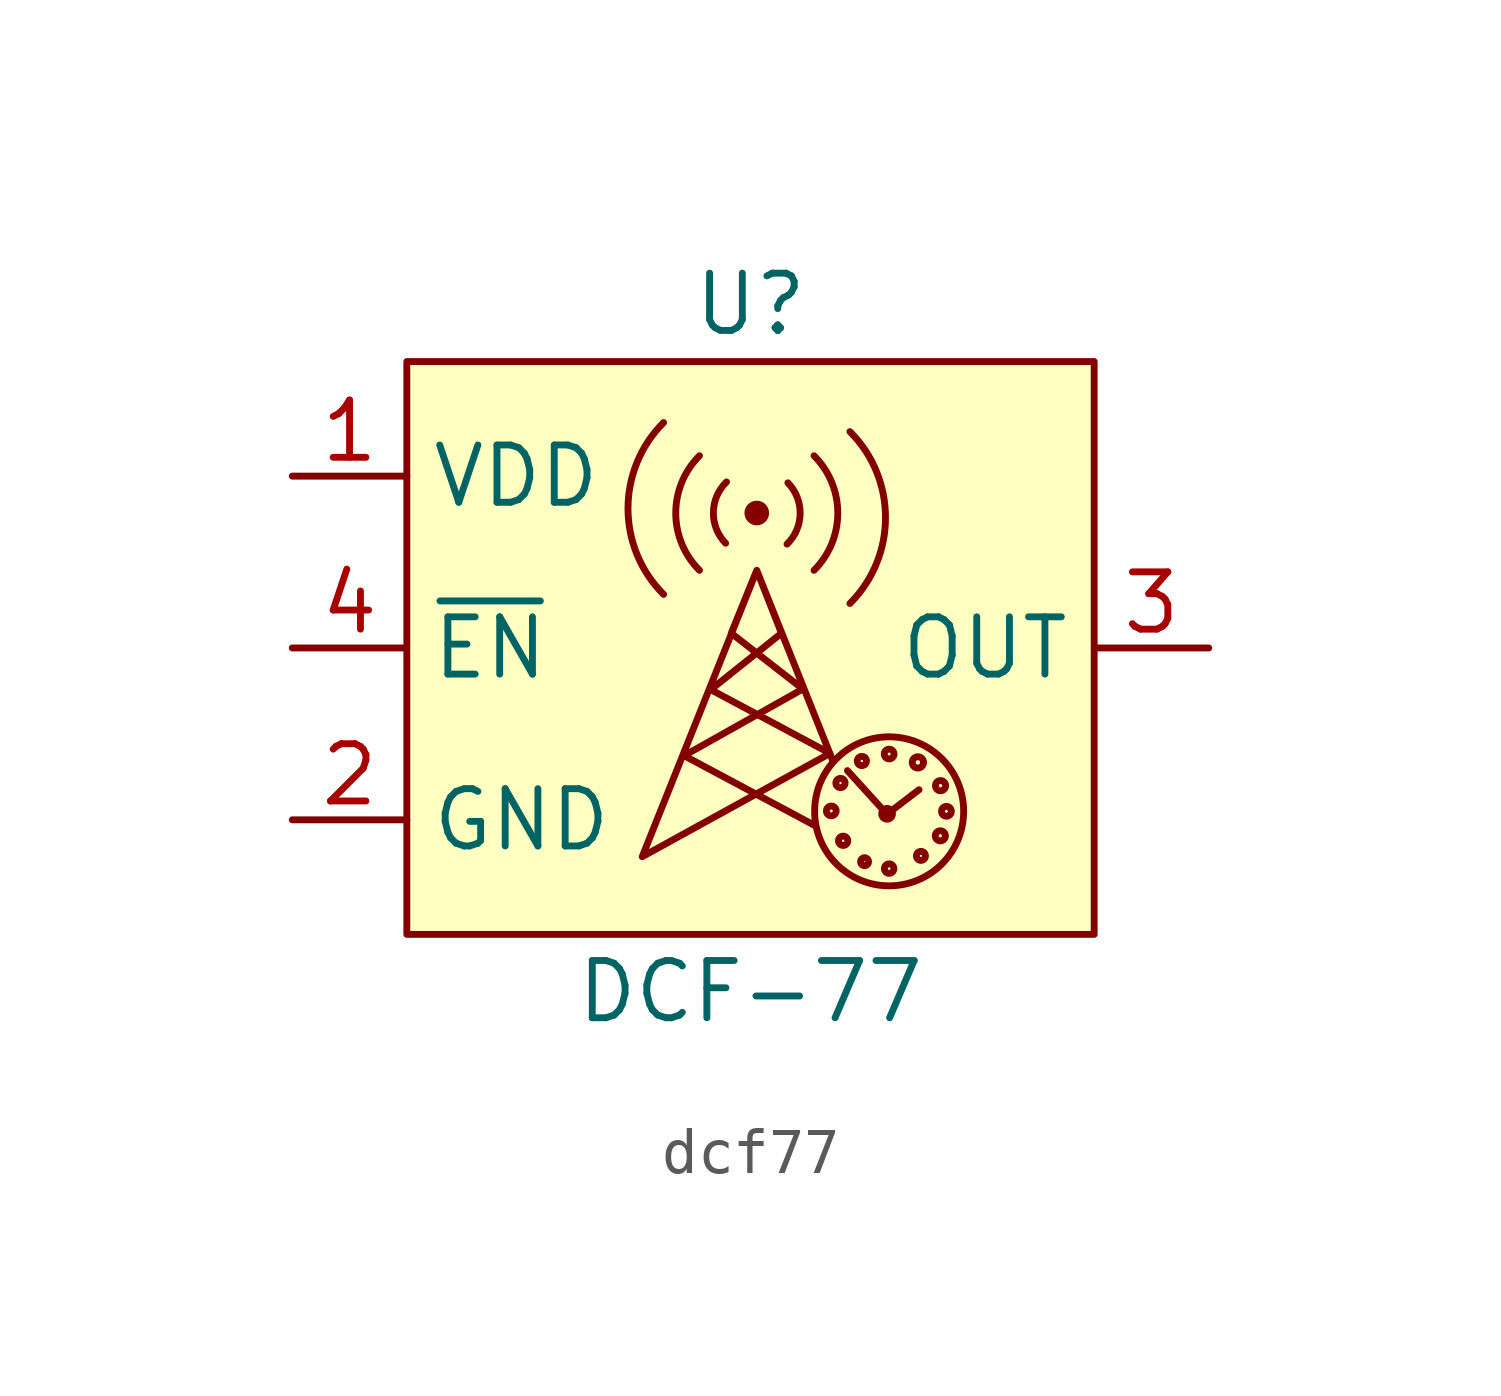
<source format=kicad_sym>
(kicad_symbol_lib
  (version 20231120)
  (generator "kicad_symbol_editor")
  (generator_version "8.0")
  (symbol "dcf77"
    (property "Reference" "U"
      (at 0 7.62 0)
      (effects (font (size 1.27 1.27))))
    (property "Value" "DCF-77"
      (at 0 -7.62 0)
      (effects (font (size 1.27 1.27))))
    (symbol "dcf77_0_1"
      (rectangle (start -7.62 6.35) (end 7.62 -6.35) (stroke (width 0) (type default)) (fill (type background)))
      (arc (start -1.9267 4.9976) (mid -2.7158 3.0926) (end -1.9267 1.1876) (stroke (width 0) (type default)) (fill (type none)))
      (arc (start -1.1312 4.262) (mid -1.6573 2.992) (end -1.1312 1.722) (stroke (width 0) (type default)) (fill (type none)))
      (arc (start -0.5321 3.6817) (mid -0.8233 3.0057) (end -0.5514 2.3218) (stroke (width 0) (type default)) (fill (type none)))
      (polyline (pts (xy 2.149 -2.719) (xy 3.026 -3.686) (xy 3.736 -3.143)) (stroke (width 0) (type default)) (fill (type none)))
      (polyline (pts (xy 1.822 -2.496) (xy 0.139 1.722) (xy -2.401 -4.628) (xy 1.764 -2.337) (xy -0.881 -0.924) (xy 0.687 0.327) (xy 0.139 1.722) (xy -0.427 0.327) (xy 1.161 -0.909) (xy -1.472 -2.388) (xy 1.414 -3.931)) (stroke (width 0) (type default)) (fill (type none)))
      (arc (start 0.8097 2.3023) (mid 1.1009 2.9783) (end 0.829 3.6622) (stroke (width 0) (type default)) (fill (type none)))
      (arc (start 1.4088 1.722) (mid 1.9349 2.992) (end 1.4088 4.262) (stroke (width 0) (type default)) (fill (type none)))
      (circle (center 1.791 -3.613) (radius 0.032) (stroke (width 0) (type default)) (fill (type none)))
      (circle (center 1.995 -2.994) (radius 0.026) (stroke (width 0) (type default)) (fill (type none)))
      (circle (center 2.054 -4.275) (radius 0.027) (stroke (width 0) (type default)) (fill (type none)))
      (arc (start 2.2043 0.9864) (mid 2.9934 2.8914) (end 2.2043 4.7964) (stroke (width 0) (type default)) (fill (type none)))
      (circle (center 2.469 -2.506) (radius 0.026) (stroke (width 0) (type default)) (fill (type none)))
      (circle (center 2.529 -4.738) (radius 0.012) (stroke (width 0) (type default)) (fill (type none)))
      (circle (center 3.028 -3.677) (radius 0.043) (stroke (width 0) (type default)) (fill (type none)))
      (circle (center 3.074 -4.892) (radius 0.029) (stroke (width 0) (type default)) (fill (type none)))
      (circle (center 3.074 -3.622) (radius 1.652) (stroke (width 0) (type default)) (fill (type none)))
      (circle (center 3.074 -2.352) (radius 0.032) (stroke (width 0) (type default)) (fill (type none)))
      (circle (center 3.711 -2.537) (radius 0.049) (stroke (width 0) (type default)) (fill (type none)))
      (circle (center 3.779 -4.61) (radius 0.024) (stroke (width 0) (type default)) (fill (type none)))
      (circle (center 4.209 -4.165) (radius 0.036) (stroke (width 0) (type default)) (fill (type none)))
      (circle (center 4.213 -3.053) (radius 0.037) (stroke (width 0) (type default)) (fill (type none)))
      (circle (center 4.344 -3.622) (radius 0.033) (stroke (width 0) (type default)) (fill (type none))))
    (symbol "dcf77_1_1"
      (circle (center 0.139 2.992) (radius 0.197) (stroke (width 0) (type default)) (fill (type outline)))
      (pin power_in line (at -10.16 3.81 0) (length 2.54) (name "VDD" (effects (font (size 1.27 1.27)))) (number "1" (effects (font (size 1.27 1.27)))))
      (pin power_in line (at -10.16 -3.81 0) (length 2.54) (name "GND" (effects (font (size 1.27 1.27)))) (number "2" (effects (font (size 1.27 1.27)))))
      (pin output line (at 10.16 0 180) (length 2.54) (name "OUT" (effects (font (size 1.27 1.27)))) (number "3" (effects (font (size 1.27 1.27)))))
      (pin input line (at -10.16 0 0) (length 2.54) (name "~{EN}" (effects (font (size 1.27 1.27)))) (number "4" (effects (font (size 1.27 1.27))))))))
</source>
